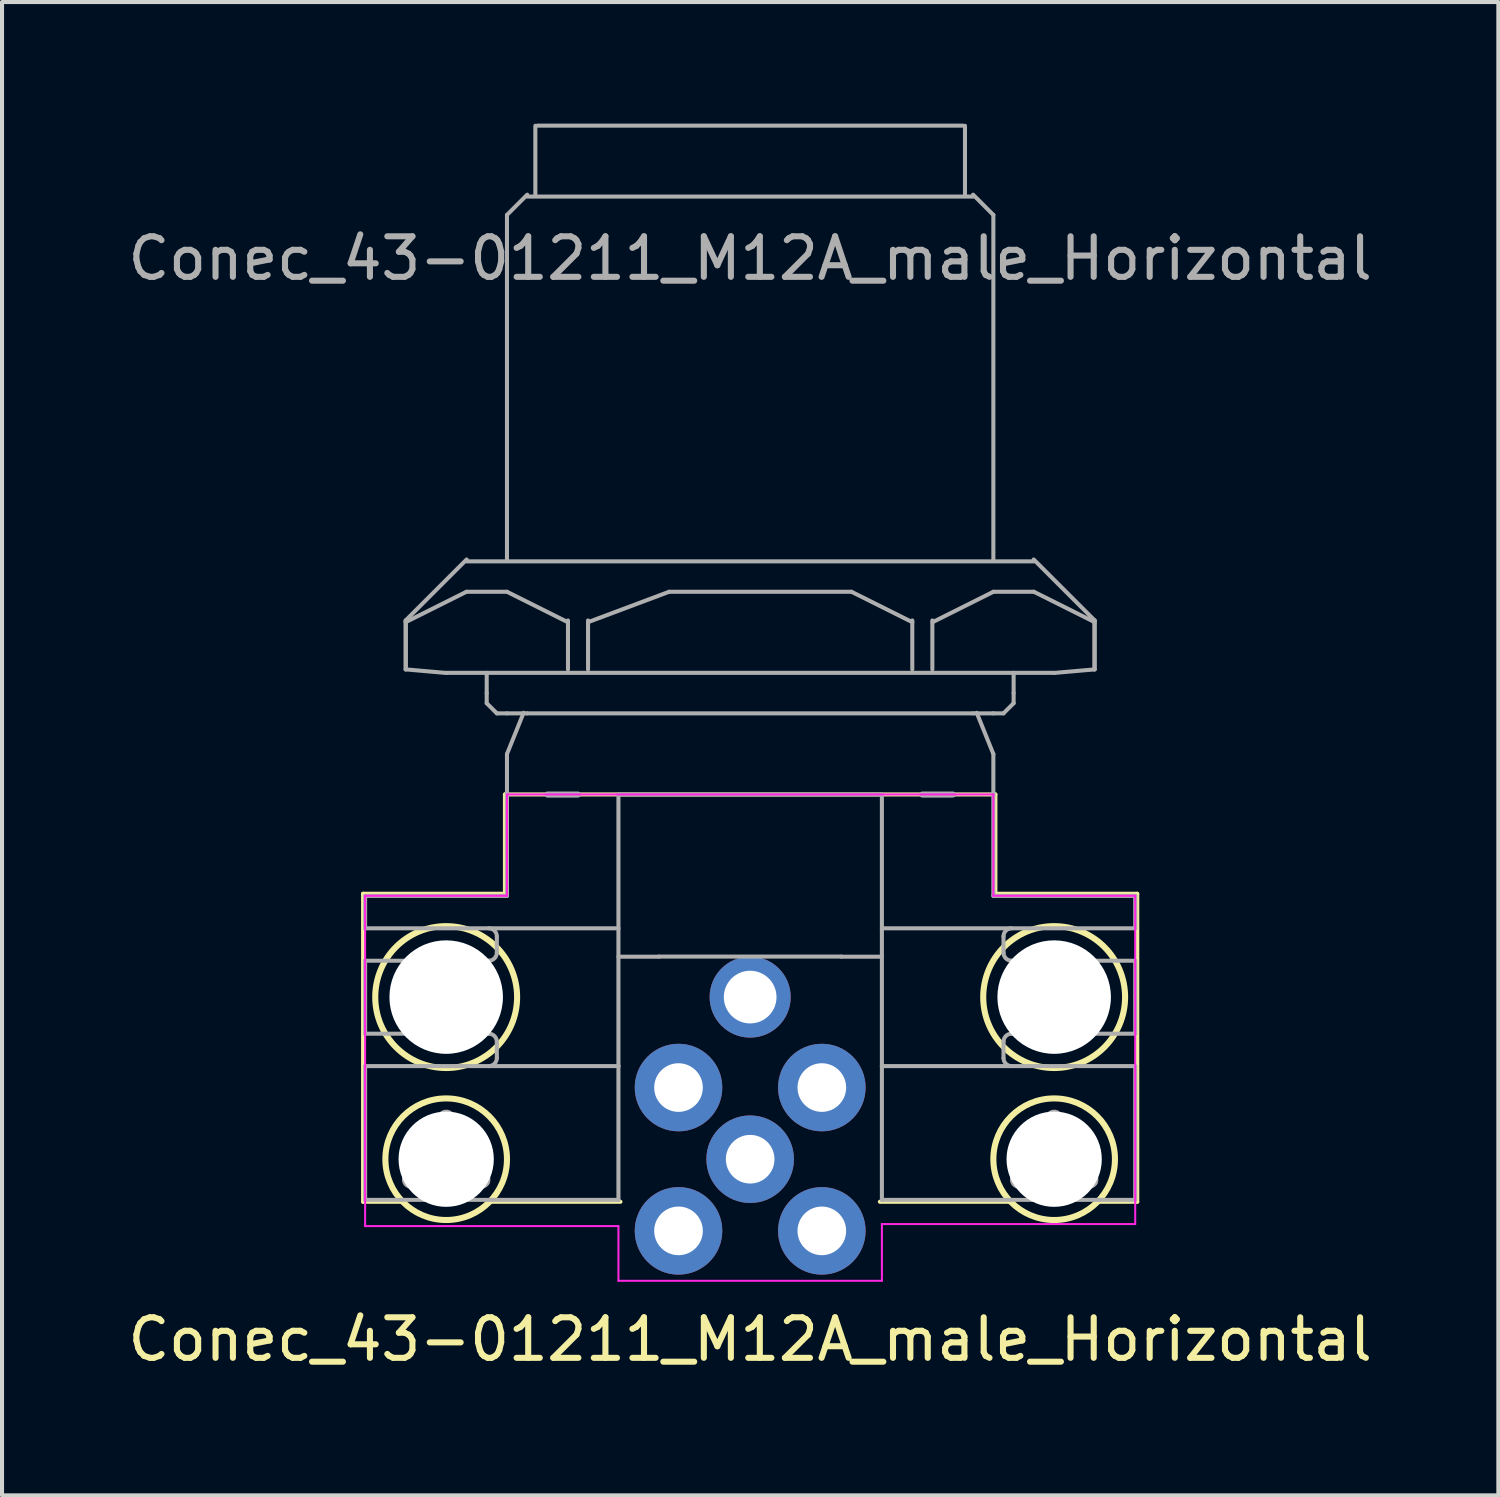
<source format=kicad_pcb>
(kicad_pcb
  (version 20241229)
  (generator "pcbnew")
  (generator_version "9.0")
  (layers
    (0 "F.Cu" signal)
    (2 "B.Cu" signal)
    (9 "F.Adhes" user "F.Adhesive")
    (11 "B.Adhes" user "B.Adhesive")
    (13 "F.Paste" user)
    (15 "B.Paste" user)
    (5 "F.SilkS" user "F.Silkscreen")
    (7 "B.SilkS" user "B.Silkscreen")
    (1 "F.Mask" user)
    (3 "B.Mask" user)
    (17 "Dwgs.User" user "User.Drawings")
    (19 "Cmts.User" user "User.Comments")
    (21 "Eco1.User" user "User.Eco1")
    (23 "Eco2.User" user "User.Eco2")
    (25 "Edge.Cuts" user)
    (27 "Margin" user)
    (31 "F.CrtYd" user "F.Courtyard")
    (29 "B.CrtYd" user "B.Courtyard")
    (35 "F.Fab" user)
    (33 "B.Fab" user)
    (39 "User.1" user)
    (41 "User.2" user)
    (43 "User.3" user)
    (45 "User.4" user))
  (footprint "Conec_43-01211_M12A_male_Horizontal"
    (layer "F.Cu")
    (at 15.458 25.55)
    (property "Reference" "Conec_43-01211_M12A_male_Horizontal" (at 0 4.445 0) (layer "F.SilkS") (effects (font (size 1 1) (thickness 0.15))))
    (attr smd)
    (fp_line (start -9.55 -6.55) (end -9.55 1.05) (stroke (width 0.1) (type solid)) (layer "F.SilkS"))
    (fp_line (start -9.55 1.05) (end -8.6 1.05) (stroke (width 0.1) (type solid)) (layer "F.SilkS"))
    (fp_line (start -6.05 -9) (end -6.05 -6.55) (stroke (width 0.1) (type solid)) (layer "F.SilkS"))
    (fp_line (start -6.05 -9) (end 6.05 -9) (stroke (width 0.1) (type solid)) (layer "F.SilkS"))
    (fp_line (start -6.05 -6.55) (end -9.55 -6.55) (stroke (width 0.1) (type solid)) (layer "F.SilkS"))
    (fp_line (start -3.2 1.05) (end -6.4 1.05) (stroke (width 0.1) (type solid)) (layer "F.SilkS"))
    (fp_line (start 3.2 1.05) (end 6.4 1.05) (stroke (width 0.1) (type solid)) (layer "F.SilkS"))
    (fp_line (start 6.05 -9) (end 6.05 -6.55) (stroke (width 0.1) (type solid)) (layer "F.SilkS"))
    (fp_line (start 6.05 -6.55) (end 9.55 -6.55) (stroke (width 0.1) (type solid)) (layer "F.SilkS"))
    (fp_line (start 9.55 -6.55) (end 9.55 1.05) (stroke (width 0.1) (type solid)) (layer "F.SilkS"))
    (fp_line (start 9.55 1.05) (end 8.6 1.05) (stroke (width 0.1) (type solid)) (layer "F.SilkS"))
    (fp_circle (center -7.5 -4) (end -7.5 -5.75) (stroke (width 0.15) (type solid)) (fill no) (layer "F.SilkS"))
    (fp_circle (center -7.5 0) (end -7.5 -1.5) (stroke (width 0.15) (type solid)) (fill no) (layer "F.SilkS"))
    (fp_circle (center 7.5 -4) (end 7.5 -5.75) (stroke (width 0.15) (type solid)) (fill no) (layer "F.SilkS"))
    (fp_circle (center 7.5 0) (end 7.5 -1.5) (stroke (width 0.15) (type solid)) (fill no) (layer "F.SilkS"))
    (fp_line (start -9.5 -6.5) (end -9.5 1) (stroke (width 0.05) (type solid)) (layer "F.CrtYd"))
    (fp_line (start -9.5 1) (end -9.5 1.6) (stroke (width 0.05) (type solid)) (layer "F.CrtYd"))
    (fp_line (start -9.5 1.6) (end -9.5 1.65) (stroke (width 0.05) (type solid)) (layer "F.CrtYd"))
    (fp_line (start -9.5 1.65) (end -3.25 1.65) (stroke (width 0.05) (type solid)) (layer "F.CrtYd"))
    (fp_line (start -6 -9) (end -6 -6.5) (stroke (width 0.05) (type solid)) (layer "F.CrtYd"))
    (fp_line (start -6 -9) (end 6 -9) (stroke (width 0.05) (type solid)) (layer "F.CrtYd"))
    (fp_line (start -6 -6.5) (end -9.5 -6.5) (stroke (width 0.05) (type solid)) (layer "F.CrtYd"))
    (fp_line (start -3.25 1.65) (end -3.25 3) (stroke (width 0.05) (type solid)) (layer "F.CrtYd"))
    (fp_line (start -3.25 3) (end 3.25 3) (stroke (width 0.05) (type solid)) (layer "F.CrtYd"))
    (fp_line (start 3.25 1.6) (end 3.25 3) (stroke (width 0.05) (type solid)) (layer "F.CrtYd"))
    (fp_line (start 6 -9) (end 6 -6.5) (stroke (width 0.05) (type solid)) (layer "F.CrtYd"))
    (fp_line (start 6 -6.5) (end 9.5 -6.5) (stroke (width 0.05) (type solid)) (layer "F.CrtYd"))
    (fp_line (start 9.5 -6.5) (end 9.5 1.6) (stroke (width 0.05) (type solid)) (layer "F.CrtYd"))
    (fp_line (start 9.5 1.6) (end 3.25 1.6) (stroke (width 0.05) (type solid)) (layer "F.CrtYd"))
    (fp_line (start -9.5 -6.497) (end -9.5 -5.697) (stroke (width 0.1) (type solid)) (layer "F.Fab"))
    (fp_line (start -9.5 -6.497) (end -6 -6.497) (stroke (width 0.1) (type solid)) (layer "F.Fab"))
    (fp_line (start -9.5 -5.697) (end -3.25 -5.697) (stroke (width 0.1) (type solid)) (layer "F.Fab"))
    (fp_line (start -9.5 -4.897) (end -9.5 -3.097) (stroke (width 0.1) (type solid)) (layer "F.Fab"))
    (fp_line (start -9.5 -3.097) (end -6.683 -3.097) (stroke (width 0.1) (type solid)) (layer "F.Fab"))
    (fp_line (start -9.5 -2.297) (end -9.5 1.003) (stroke (width 0.1) (type solid)) (layer "F.Fab"))
    (fp_line (start -9.5 1.003) (end -7.5 1.003) (stroke (width 0.1) (type solid)) (layer "F.Fab"))
    (fp_line (start -8.5 -13.292) (end -8.5 -12.085) (stroke (width 0.1) (type solid)) (layer "F.Fab"))
    (fp_line (start -8.5 -13.25) (end -7 -14) (stroke (width 0.1) (type solid)) (layer "F.Fab"))
    (fp_line (start -8.495 -13.292) (end -8.495 -12.085) (stroke (width 0.1) (type solid)) (layer "F.Fab"))
    (fp_line (start -7.5 -12) (end 7.5 -12) (stroke (width 0.1) (type solid)) (layer "F.Fab"))
    (fp_line (start -7.5 -11.997) (end -8.5 -12.085) (stroke (width 0.1) (type solid)) (layer "F.Fab"))
    (fp_line (start -7.5 1.003) (end -3.25 1.003) (stroke (width 0.1) (type solid)) (layer "F.Fab"))
    (fp_line (start -7 -14.75) (end 7 -14.75) (stroke (width 0.1) (type solid)) (layer "F.Fab"))
    (fp_line (start -7 -14) (end -6 -14) (stroke (width 0.1) (type solid)) (layer "F.Fab"))
    (fp_line (start -6.995 -14.797) (end -8.5 -13.292) (stroke (width 0.1) (type solid)) (layer "F.Fab"))
    (fp_line (start -6.683 -4.897) (end -9.5 -4.897) (stroke (width 0.1) (type solid)) (layer "F.Fab"))
    (fp_line (start -6.683 -3.097) (end -6.45 -3.097) (stroke (width 0.1) (type solid)) (layer "F.Fab"))
    (fp_line (start -6.5 -11.5) (end -6.5 -12) (stroke (width 0.1) (type solid)) (layer "F.Fab"))
    (fp_line (start -6.5 -11.25) (end -6.5 -11.5) (stroke (width 0.1) (type solid)) (layer "F.Fab"))
    (fp_line (start -6.45 -4.897) (end -6.683 -4.897) (stroke (width 0.1) (type solid)) (layer "F.Fab"))
    (fp_line (start -6.25 -11) (end -6.5 -11.25) (stroke (width 0.1) (type solid)) (layer "F.Fab"))
    (fp_line (start -6.25 -5.097) (end -6.25 -5.497) (stroke (width 0.1) (type solid)) (layer "F.Fab"))
    (fp_line (start -6.25 -2.497) (end -6.25 -2.897) (stroke (width 0.1) (type solid)) (layer "F.Fab"))
    (fp_line (start -6 -14.797) (end -6 -23.297) (stroke (width 0.1) (type solid)) (layer "F.Fab"))
    (fp_line (start -6 -11) (end -6.25 -11) (stroke (width 0.1) (type solid)) (layer "F.Fab"))
    (fp_line (start -6 -8.997) (end -6 -6.497) (stroke (width 0.1) (type solid)) (layer "F.Fab"))
    (fp_line (start -6 -7.997) (end -6 -9.997) (stroke (width 0.1) (type solid)) (layer "F.Fab"))
    (fp_line (start -6 -7.81) (end -6 -7.551) (stroke (width 0.1) (type solid)) (layer "F.Fab"))
    (fp_line (start -5.59 -11.014) (end -6 -9.997) (stroke (width 0.1) (type solid)) (layer "F.Fab"))
    (fp_line (start -5.5 -23.797) (end -6 -23.297) (stroke (width 0.1) (type solid)) (layer "F.Fab"))
    (fp_line (start -5.5 -23.75) (end 5.5 -23.75) (stroke (width 0.1) (type solid)) (layer "F.Fab"))
    (fp_line (start -5.5 -11) (end -6 -11) (stroke (width 0.1) (type solid)) (layer "F.Fab"))
    (fp_line (start -5.5 -11) (end 5.5 -11) (stroke (width 0.1) (type solid)) (layer "F.Fab"))
    (fp_line (start -5.3 -23.797) (end -5.3 -25.497) (stroke (width 0.1) (type solid)) (layer "F.Fab"))
    (fp_line (start -5.25 -25.5) (end 5.25 -25.5) (stroke (width 0.1) (type solid)) (layer "F.Fab"))
    (fp_line (start -4.5 -13.25) (end -6 -14) (stroke (width 0.1) (type solid)) (layer "F.Fab"))
    (fp_line (start -4.495 -13.292) (end -4.495 -12.085) (stroke (width 0.1) (type solid)) (layer "F.Fab"))
    (fp_line (start -4.25 -8.997) (end -5 -8.997) (stroke (width 0.15) (type solid)) (layer "F.Fab"))
    (fp_line (start -4 -13.292) (end -4 -12.085) (stroke (width 0.1) (type solid)) (layer "F.Fab"))
    (fp_line (start -4 -13.25) (end -2 -14) (stroke (width 0.1) (type solid)) (layer "F.Fab"))
    (fp_line (start -3.25 -8.997) (end -3.25 -2.297) (stroke (width 0.1) (type solid)) (layer "F.Fab"))
    (fp_line (start -3.25 -8.997) (end 3.25 -8.997) (stroke (width 0.1) (type solid)) (layer "F.Fab"))
    (fp_line (start -3.25 -2.297) (end -9.5 -2.297) (stroke (width 0.1) (type solid)) (layer "F.Fab"))
    (fp_line (start -3.25 -2.297) (end -3.25 1.003) (stroke (width 0.1) (type solid)) (layer "F.Fab"))
    (fp_line (start -2.25 -5) (end 2.25 -5) (stroke (width 0.1) (type solid)) (layer "F.Fab"))
    (fp_line (start -2.25 -4.997) (end -3.25 -4.997) (stroke (width 0.1) (type solid)) (layer "F.Fab"))
    (fp_line (start 2.5 -14) (end -2 -14) (stroke (width 0.1) (type solid)) (layer "F.Fab"))
    (fp_line (start 3.25 -5.697) (end 9.5 -5.697) (stroke (width 0.1) (type solid)) (layer "F.Fab"))
    (fp_line (start 3.25 -4.997) (end 2.25 -4.997) (stroke (width 0.1) (type solid)) (layer "F.Fab"))
    (fp_line (start 3.25 -2.297) (end 3.25 -8.997) (stroke (width 0.1) (type solid)) (layer "F.Fab"))
    (fp_line (start 3.25 -2.297) (end 3.25 1.003) (stroke (width 0.1) (type solid)) (layer "F.Fab"))
    (fp_line (start 3.25 1.003) (end 7.5 1.003) (stroke (width 0.1) (type solid)) (layer "F.Fab"))
    (fp_line (start 4 -13.292) (end 4 -12.085) (stroke (width 0.1) (type solid)) (layer "F.Fab"))
    (fp_line (start 4 -13.25) (end 2.5 -14) (stroke (width 0.1) (type solid)) (layer "F.Fab"))
    (fp_line (start 4.25 -8.997) (end 5 -8.997) (stroke (width 0.15) (type solid)) (layer "F.Fab"))
    (fp_line (start 4.495 -13.292) (end 4.495 -12.085) (stroke (width 0.1) (type solid)) (layer "F.Fab"))
    (fp_line (start 4.5 -13.25) (end 6 -14) (stroke (width 0.1) (type solid)) (layer "F.Fab"))
    (fp_line (start 5.3 -23.797) (end 5.3 -25.497) (stroke (width 0.1) (type solid)) (layer "F.Fab"))
    (fp_line (start 5.5 -23.797) (end 6 -23.297) (stroke (width 0.1) (type solid)) (layer "F.Fab"))
    (fp_line (start 5.5 -11) (end 6 -11) (stroke (width 0.1) (type solid)) (layer "F.Fab"))
    (fp_line (start 5.59 -11.014) (end 6 -9.997) (stroke (width 0.1) (type solid)) (layer "F.Fab"))
    (fp_line (start 6 -14.797) (end 6 -23.297) (stroke (width 0.1) (type solid)) (layer "F.Fab"))
    (fp_line (start 6 -11) (end 6.25 -11) (stroke (width 0.1) (type solid)) (layer "F.Fab"))
    (fp_line (start 6 -8.997) (end 6 -9.997) (stroke (width 0.1) (type solid)) (layer "F.Fab"))
    (fp_line (start 6 -6.497) (end 6 -8.997) (stroke (width 0.1) (type solid)) (layer "F.Fab"))
    (fp_line (start 6 -6.497) (end 9.5 -6.497) (stroke (width 0.1) (type solid)) (layer "F.Fab"))
    (fp_line (start 6.25 -11) (end 6.5 -11.25) (stroke (width 0.1) (type solid)) (layer "F.Fab"))
    (fp_line (start 6.25 -5.497) (end 6.25 -5.097) (stroke (width 0.1) (type solid)) (layer "F.Fab"))
    (fp_line (start 6.25 -2.897) (end 6.25 -2.497) (stroke (width 0.1) (type solid)) (layer "F.Fab"))
    (fp_line (start 6.45 -4.897) (end 6.683 -4.897) (stroke (width 0.1) (type solid)) (layer "F.Fab"))
    (fp_line (start 6.5 -11.5) (end 6.5 -12) (stroke (width 0.1) (type solid)) (layer "F.Fab"))
    (fp_line (start 6.5 -11.25) (end 6.5 -11.5) (stroke (width 0.1) (type solid)) (layer "F.Fab"))
    (fp_line (start 6.683 -4.897) (end 9.5 -4.897) (stroke (width 0.1) (type solid)) (layer "F.Fab"))
    (fp_line (start 6.683 -3.097) (end 6.45 -3.097) (stroke (width 0.1) (type solid)) (layer "F.Fab"))
    (fp_line (start 6.995 -14.797) (end 8.5 -13.292) (stroke (width 0.1) (type solid)) (layer "F.Fab"))
    (fp_line (start 7 -14) (end 6 -14) (stroke (width 0.1) (type solid)) (layer "F.Fab"))
    (fp_line (start 7.5 -11.997) (end 8.5 -12.085) (stroke (width 0.1) (type solid)) (layer "F.Fab"))
    (fp_line (start 7.5 1.003) (end 9.5 1.003) (stroke (width 0.1) (type solid)) (layer "F.Fab"))
    (fp_line (start 8.495 -13.292) (end 8.495 -12.085) (stroke (width 0.1) (type solid)) (layer "F.Fab"))
    (fp_line (start 8.5 -13.292) (end 8.5 -12.085) (stroke (width 0.1) (type solid)) (layer "F.Fab"))
    (fp_line (start 8.5 -13.25) (end 7 -14) (stroke (width 0.1) (type solid)) (layer "F.Fab"))
    (fp_line (start 9.5 -6.497) (end 9.5 -5.697) (stroke (width 0.1) (type solid)) (layer "F.Fab"))
    (fp_line (start 9.5 -4.897) (end 9.5 -3.097) (stroke (width 0.1) (type solid)) (layer "F.Fab"))
    (fp_line (start 9.5 -3.097) (end 6.683 -3.097) (stroke (width 0.1) (type solid)) (layer "F.Fab"))
    (fp_line (start 9.5 -2.297) (end 3.25 -2.297) (stroke (width 0.1) (type solid)) (layer "F.Fab"))
    (fp_line (start 9.5 -2.297) (end 9.5 1.003) (stroke (width 0.1) (type solid)) (layer "F.Fab"))
    (fp_arc (start -8.439928 0.344286) (mid -8.366025 -0.497084) (end -7.674329 -0.981772) (stroke (width 0.1) (type solid)) (layer "F.Fab"))
    (fp_arc (start -8.317952 0.671182) (mid -8.529984 0.564094) (end -8.439929 0.344286) (stroke (width 0.1) (type solid)) (layer "F.Fab"))
    (fp_arc (start -8.265601 0.646232) (mid -8.284166 0.657588) (end -8.303996 0.666553) (stroke (width 0.1) (type solid)) (layer "F.Fab"))
    (fp_arc (start -7.674329 -0.981772) (mid -7.674882 -1.003528) (end -7.67273 -1.025184) (stroke (width 0.1) (type solid)) (layer "F.Fab"))
    (fp_arc (start -7.669761 -1.039585) (mid -7.5 -1.172085) (end -7.330239 -1.039585) (stroke (width 0.1) (type solid)) (layer "F.Fab"))
    (fp_arc (start -7.32727 -1.025184) (mid -7.325118 -1.003528) (end -7.325671 -0.981772) (stroke (width 0.1) (type solid)) (layer "F.Fab"))
    (fp_arc (start -7.325671 -0.981773) (mid -6.633974 -0.497085) (end -6.560071 0.344286) (stroke (width 0.1) (type solid)) (layer "F.Fab"))
    (fp_arc (start -6.7344 0.646232) (mid -7.5 1.002915) (end -8.2656 0.646232) (stroke (width 0.1) (type solid)) (layer "F.Fab"))
    (fp_arc (start -6.696005 0.666553) (mid -6.715836 0.657589) (end -6.7344 0.646232) (stroke (width 0.1) (type solid)) (layer "F.Fab"))
    (fp_arc (start -6.560072 0.344286) (mid -6.540955 0.354685) (end -6.523276 0.367377) (stroke (width 0.1) (type solid)) (layer "F.Fab"))
    (fp_arc (start -6.512288 0.377148) (mid -6.460666 0.478643) (end -6.48242 0.590415) (stroke (width 0.1) (type solid)) (layer "F.Fab"))
    (fp_arc (start -6.48242 0.590416) (mid -6.56834 0.665141) (end -6.682049 0.671183) (stroke (width 0.1) (type solid)) (layer "F.Fab"))
    (fp_arc (start -6.45 -5.697085) (mid -6.308579 -5.638506) (end -6.25 -5.497085) (stroke (width 0.1) (type solid)) (layer "F.Fab"))
    (fp_arc (start -6.45 -3.097085) (mid -6.308579 -3.038506) (end -6.25 -2.897085) (stroke (width 0.1) (type solid)) (layer "F.Fab"))
    (fp_arc (start -6.25 -5.097085) (mid -6.308579 -4.955664) (end -6.45 -4.897085) (stroke (width 0.1) (type solid)) (layer "F.Fab"))
    (fp_arc (start -6.25 -2.497085) (mid -6.308579 -2.355664) (end -6.45 -2.297085) (stroke (width 0.1) (type solid)) (layer "F.Fab"))
    (fp_arc (start 6.25 -5.497085) (mid 6.308579 -5.638506) (end 6.45 -5.697085) (stroke (width 0.1) (type solid)) (layer "F.Fab"))
    (fp_arc (start 6.25 -2.897085) (mid 6.308579 -3.038506) (end 6.45 -3.097085) (stroke (width 0.1) (type solid)) (layer "F.Fab"))
    (fp_arc (start 6.45 -4.897085) (mid 6.308579 -4.955664) (end 6.25 -5.097085) (stroke (width 0.1) (type solid)) (layer "F.Fab"))
    (fp_arc (start 6.45 -2.297085) (mid 6.308579 -2.355664) (end 6.25 -2.497085) (stroke (width 0.1) (type solid)) (layer "F.Fab"))
    (fp_arc (start 6.523275 0.367377) (mid 6.540954 0.354685) (end 6.560071 0.344286) (stroke (width 0.1) (type solid)) (layer "F.Fab"))
    (fp_arc (start 6.560072 0.344286) (mid 6.633975 -0.497084) (end 7.325671 -0.981772) (stroke (width 0.1) (type solid)) (layer "F.Fab"))
    (fp_arc (start 6.682048 0.671182) (mid 6.48242 0.590415) (end 6.512288 0.377148) (stroke (width 0.1) (type solid)) (layer "F.Fab"))
    (fp_arc (start 6.734399 0.646232) (mid 6.715834 0.657588) (end 6.696004 0.666553) (stroke (width 0.1) (type solid)) (layer "F.Fab"))
    (fp_arc (start 7.325671 -0.981772) (mid 7.325118 -1.003528) (end 7.32727 -1.025184) (stroke (width 0.1) (type solid)) (layer "F.Fab"))
    (fp_arc (start 7.330239 -1.039585) (mid 7.5 -1.172085) (end 7.669761 -1.039585) (stroke (width 0.1) (type solid)) (layer "F.Fab"))
    (fp_arc (start 7.67273 -1.025184) (mid 7.674882 -1.003528) (end 7.674329 -0.981772) (stroke (width 0.1) (type solid)) (layer "F.Fab"))
    (fp_arc (start 7.674329 -0.981773) (mid 8.366026 -0.497085) (end 8.439929 0.344286) (stroke (width 0.1) (type solid)) (layer "F.Fab"))
    (fp_arc (start 8.2656 0.646232) (mid 7.5 1.002915) (end 6.7344 0.646232) (stroke (width 0.1) (type solid)) (layer "F.Fab"))
    (fp_arc (start 8.303995 0.666553) (mid 8.284164 0.657589) (end 8.2656 0.646232) (stroke (width 0.1) (type solid)) (layer "F.Fab"))
    (fp_arc (start 8.439928 0.344286) (mid 8.459045 0.354685) (end 8.476724 0.367377) (stroke (width 0.1) (type solid)) (layer "F.Fab"))
    (fp_arc (start 8.487712 0.377148) (mid 8.539334 0.478643) (end 8.51758 0.590414) (stroke (width 0.1) (type solid)) (layer "F.Fab"))
    (fp_arc (start 8.51758 0.590416) (mid 8.43166 0.665141) (end 8.317951 0.671183) (stroke (width 0.1) (type solid)) (layer "F.Fab"))
    (fp_circle (center -1.768 -1.767) (end -2.168 -1.767) (stroke (width 0.1) (type solid)) (fill no) (layer "F.Fab"))
    (fp_circle (center -1.768 1.763) (end -2.168 1.763) (stroke (width 0.1) (type solid)) (fill no) (layer "F.Fab"))
    (fp_circle (center 0 0.003) (end -0.4 0.003) (stroke (width 0.1) (type solid)) (fill no) (layer "F.Fab"))
    (fp_circle (center 1.768 -1.767) (end 1.368 -1.767) (stroke (width 0.1) (type solid)) (fill no) (layer "F.Fab"))
    (fp_circle (center 1.768 1.763) (end 1.368 1.763) (stroke (width 0.1) (type solid)) (fill no) (layer "F.Fab"))
    (fp_text user "${REFERENCE}" (at 0 -22.225 0) (layer "F.Fab") (effects (font (size 1 1) (thickness 0.15))))
    (pad "" np_thru_hole circle (at -7.5 -4) (size 2.8 2.8) (drill 2.8) (layers "*.Cu" "*.Mask"))
    (pad "" np_thru_hole circle (at -7.5 0) (size 2.35 2.35) (drill 2.35) (layers "*.Cu" "*.Mask"))
    (pad "" np_thru_hole circle (at 7.5 -4) (size 2.8 2.8) (drill 2.8) (layers "*.Cu" "*.Mask"))
    (pad "" np_thru_hole circle (at 7.5 0) (size 2.35 2.35) (drill 2.35) (layers "*.Cu" "*.Mask"))
    (pad "1" thru_hole circle (at -1.768 1.768) (size 2.16 2.16) (drill 1.2) (layers "*.Cu" "*.Mask"))
    (pad "2" thru_hole circle (at 1.768 1.768) (size 2.16 2.16) (drill 1.2) (layers "*.Cu" "*.Mask"))
    (pad "3" thru_hole circle (at 1.768 -1.768) (size 2.16 2.16) (drill 1.2) (layers "*.Cu" "*.Mask"))
    (pad "4" thru_hole circle (at -1.768 -1.768) (size 2.16 2.16) (drill 1.2) (layers "*.Cu" "*.Mask"))
    (pad "5" thru_hole circle (at 0 0) (size 2.16 2.16) (drill 1.2) (layers "*.Cu" "*.Mask"))
    (pad "6" thru_hole circle (at 0 -4) (size 2 2) (drill 1.3) (layers "*.Cu" "*.Mask")))
  (gr_rect
    (start -3 -3)
    (end 33.917 33.843)
    (stroke (width 0.1) (type default))
    (fill no)
    (layer "Edge.Cuts")))
</source>
